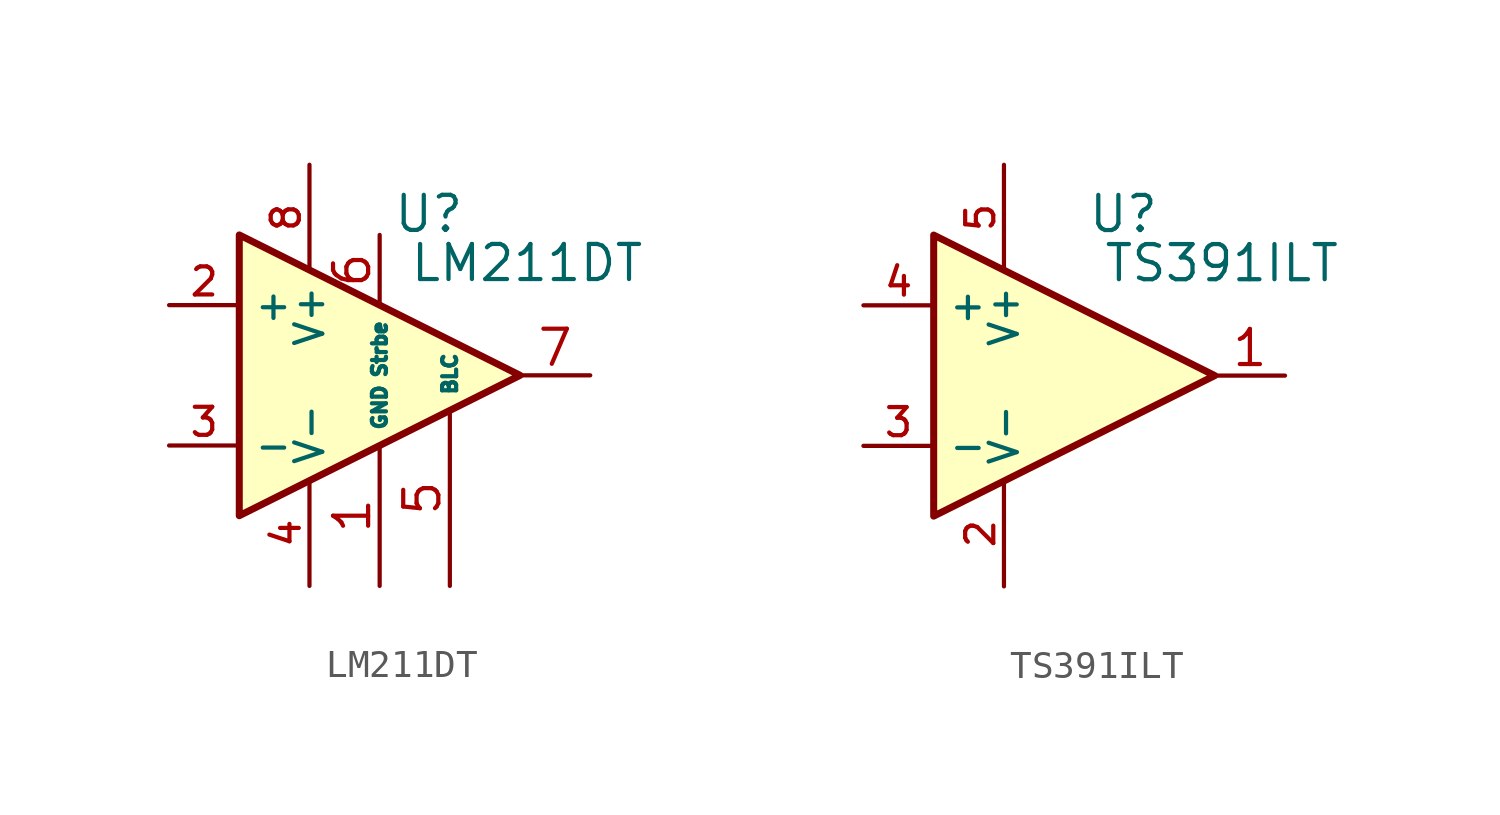
<source format=kicad_sym>
(kicad_symbol_lib
  (version 20241209)
  (generator "kicad_symbol_editor")
  (generator_version "9.0")
  (symbol "LM211DT"
    (property "Reference" "U"
      (at 4.318 5.842 0)
      (effects (font (size 1.27 1.27))))
    (property "Value" "LM211DT"
      (at 7.874 4.064 0)
      (effects (font (size 1.27 1.27))))
    (symbol "LM211DT_0_1"
      (polyline (pts (xy -2.54 5.08) (xy 7.62 0) (xy -2.54 -5.08) (xy -2.54 5.08)) (stroke (width 0.254) (type default)) (fill (type background))))
    (symbol "LM211DT_1_1"
      (pin input line (at -5.08 2.54 0) (length 2.54) (name "+" (effects (font (size 1.016 1.016)))) (number "2" (effects (font (size 1.016 1.016)))))
      (pin input line (at -5.08 -2.54 0) (length 2.54) (name "-" (effects (font (size 1.016 1.016)))) (number "3" (effects (font (size 1.016 1.016)))))
      (pin power_in line (at 0 7.62 270) (length 3.81) (name "V+" (effects (font (size 1.016 1.016)))) (number "8" (effects (font (size 1.016 1.016)))))
      (pin power_in line (at 0 -7.62 90) (length 3.81) (name "V-" (effects (font (size 1.016 1.016)))) (number "4" (effects (font (size 1.016 1.016)))))
      (pin passive line (at 2.54 5.08 270) (length 2.54) (name "Strbe" (effects (font (size 0.508 0.508)))) (number "6" (effects (font (size 1.27 1.27)))))
      (pin input line (at 2.54 -7.62 90) (length 5.08) (name "GND" (effects (font (size 0.508 0.508)))) (number "1" (effects (font (size 1.27 1.27)))))
      (pin input line (at 5.08 -7.62 90) (length 6.35) (name "BLC" (effects (font (size 0.508 0.508)))) (number "5" (effects (font (size 1.27 1.27)))))
      (pin output line (at 10.16 0 180) (length 2.54) (name "~" (effects (font (size 1.27 1.27)))) (number "7" (effects (font (size 1.27 1.27)))))))
  (symbol "TS391ILT"
    (property "Reference" "U"
      (at 4.318 5.842 0)
      (effects (font (size 1.27 1.27))))
    (property "Value" "TS391ILT"
      (at 7.874 4.064 0)
      (effects (font (size 1.27 1.27))))
    (symbol "TS391ILT_0_1"
      (polyline (pts (xy -2.54 5.08) (xy 7.62 0) (xy -2.54 -5.08) (xy -2.54 5.08)) (stroke (width 0.254) (type default)) (fill (type background))))
    (symbol "TS391ILT_1_1"
      (pin input line (at -5.08 2.54 0) (length 2.54) (name "+" (effects (font (size 1.016 1.016)))) (number "4" (effects (font (size 1.016 1.016)))))
      (pin input line (at -5.08 -2.54 0) (length 2.54) (name "-" (effects (font (size 1.016 1.016)))) (number "3" (effects (font (size 1.016 1.016)))))
      (pin power_in line (at 0 7.62 270) (length 3.81) (name "V+" (effects (font (size 1.016 1.016)))) (number "5" (effects (font (size 1.016 1.016)))))
      (pin power_in line (at 0 -7.62 90) (length 3.81) (name "V-" (effects (font (size 1.016 1.016)))) (number "2" (effects (font (size 1.016 1.016)))))
      (pin output line (at 10.16 0 180) (length 2.54) (name "~" (effects (font (size 1.27 1.27)))) (number "1" (effects (font (size 1.27 1.27))))))))
</source>
